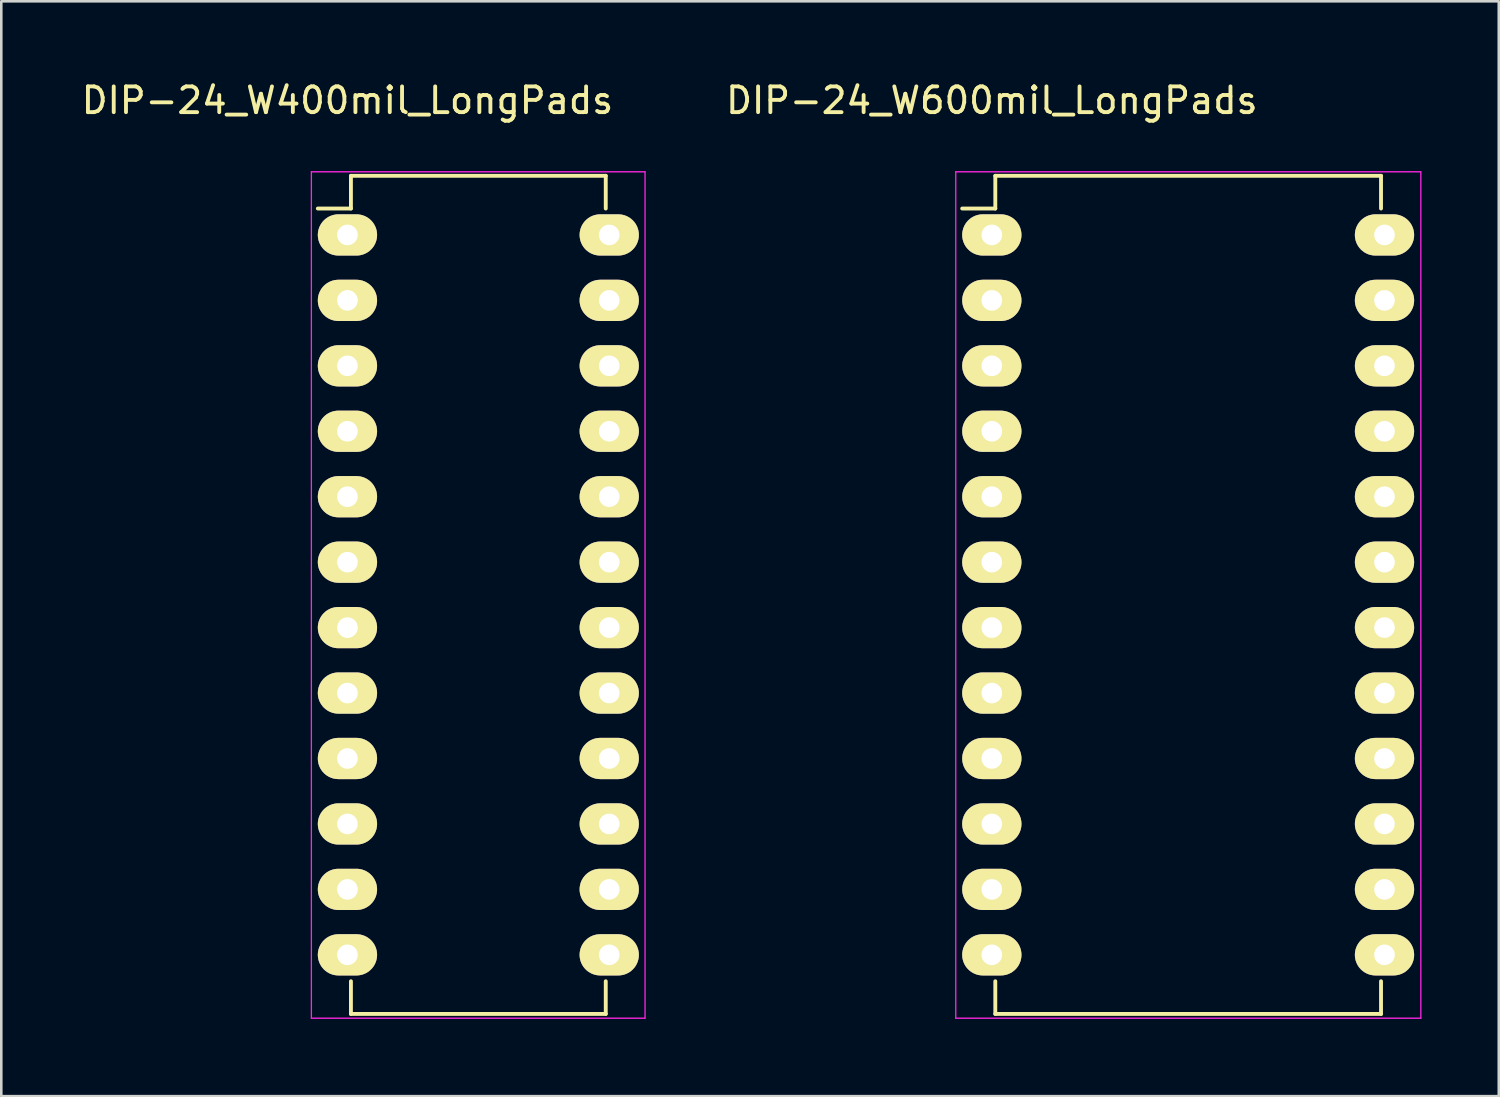
<source format=kicad_pcb>
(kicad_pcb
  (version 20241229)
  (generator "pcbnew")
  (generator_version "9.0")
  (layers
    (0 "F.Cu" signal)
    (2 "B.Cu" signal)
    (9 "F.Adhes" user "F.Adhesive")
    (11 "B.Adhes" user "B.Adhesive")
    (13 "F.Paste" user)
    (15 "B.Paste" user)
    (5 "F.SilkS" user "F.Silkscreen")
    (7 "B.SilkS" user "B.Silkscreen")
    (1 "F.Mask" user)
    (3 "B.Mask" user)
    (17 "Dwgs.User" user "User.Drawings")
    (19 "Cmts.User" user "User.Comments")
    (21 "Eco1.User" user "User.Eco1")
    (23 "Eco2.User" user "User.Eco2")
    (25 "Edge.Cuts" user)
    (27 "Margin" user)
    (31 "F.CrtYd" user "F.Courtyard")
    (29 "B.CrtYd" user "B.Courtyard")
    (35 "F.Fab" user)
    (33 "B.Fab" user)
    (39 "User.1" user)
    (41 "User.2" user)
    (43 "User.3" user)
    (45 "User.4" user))
  (footprint "DIP-24_W400mil_LongPads"
    (layer "F.Cu")
    (at 10.435 6.068)
    (property "Reference" "DIP-24_W400mil_LongPads" (at 0 -5.22 0) (layer "F.SilkS") (effects (font (size 1 1) (thickness 0.15))))
    (attr through_hole)
    (fp_line (start 0.135 -2.295) (end 0.135 -1.025) (stroke (width 0.15) (type solid)) (layer "F.SilkS"))
    (fp_line (start 0.135 -2.295) (end 10.025 -2.295) (stroke (width 0.15) (type solid)) (layer "F.SilkS"))
    (fp_line (start 0.135 -1.025) (end -1.15 -1.025) (stroke (width 0.15) (type solid)) (layer "F.SilkS"))
    (fp_line (start 0.135 30.235) (end 0.135 28.965) (stroke (width 0.15) (type solid)) (layer "F.SilkS"))
    (fp_line (start 0.135 30.235) (end 10.025 30.235) (stroke (width 0.15) (type solid)) (layer "F.SilkS"))
    (fp_line (start 10.025 -2.295) (end 10.025 -1.025) (stroke (width 0.15) (type solid)) (layer "F.SilkS"))
    (fp_line (start 10.025 30.235) (end 10.025 28.965) (stroke (width 0.15) (type solid)) (layer "F.SilkS"))
    (fp_line (start -1.4 -2.45) (end -1.4 30.4) (stroke (width 0.05) (type solid)) (layer "F.CrtYd"))
    (fp_line (start -1.4 -2.45) (end 11.55 -2.45) (stroke (width 0.05) (type solid)) (layer "F.CrtYd"))
    (fp_line (start -1.4 30.4) (end 11.55 30.4) (stroke (width 0.05) (type solid)) (layer "F.CrtYd"))
    (fp_line (start 11.55 -2.45) (end 11.55 30.4) (stroke (width 0.05) (type solid)) (layer "F.CrtYd"))
    (pad "1" thru_hole oval (at 0 0) (size 2.3 1.6) (drill 0.8) (layers "*.Cu" "*.Mask" "F.SilkS"))
    (pad "2" thru_hole oval (at 0 2.54) (size 2.3 1.6) (drill 0.8) (layers "*.Cu" "*.Mask" "F.SilkS"))
    (pad "3" thru_hole oval (at 0 5.08) (size 2.3 1.6) (drill 0.8) (layers "*.Cu" "*.Mask" "F.SilkS"))
    (pad "4" thru_hole oval (at 0 7.62) (size 2.3 1.6) (drill 0.8) (layers "*.Cu" "*.Mask" "F.SilkS"))
    (pad "5" thru_hole oval (at 0 10.16) (size 2.3 1.6) (drill 0.8) (layers "*.Cu" "*.Mask" "F.SilkS"))
    (pad "6" thru_hole oval (at 0 12.7) (size 2.3 1.6) (drill 0.8) (layers "*.Cu" "*.Mask" "F.SilkS"))
    (pad "7" thru_hole oval (at 0 15.24) (size 2.3 1.6) (drill 0.8) (layers "*.Cu" "*.Mask" "F.SilkS"))
    (pad "8" thru_hole oval (at 0 17.78) (size 2.3 1.6) (drill 0.8) (layers "*.Cu" "*.Mask" "F.SilkS"))
    (pad "9" thru_hole oval (at 0 20.32) (size 2.3 1.6) (drill 0.8) (layers "*.Cu" "*.Mask" "F.SilkS"))
    (pad "10" thru_hole oval (at 0 22.86) (size 2.3 1.6) (drill 0.8) (layers "*.Cu" "*.Mask" "F.SilkS"))
    (pad "11" thru_hole oval (at 0 25.4) (size 2.3 1.6) (drill 0.8) (layers "*.Cu" "*.Mask" "F.SilkS"))
    (pad "12" thru_hole oval (at 0 27.94) (size 2.3 1.6) (drill 0.8) (layers "*.Cu" "*.Mask" "F.SilkS"))
    (pad "13" thru_hole oval (at 10.16 27.94) (size 2.3 1.6) (drill 0.8) (layers "*.Cu" "*.Mask" "F.SilkS"))
    (pad "14" thru_hole oval (at 10.16 25.4) (size 2.3 1.6) (drill 0.8) (layers "*.Cu" "*.Mask" "F.SilkS"))
    (pad "15" thru_hole oval (at 10.16 22.86) (size 2.3 1.6) (drill 0.8) (layers "*.Cu" "*.Mask" "F.SilkS"))
    (pad "16" thru_hole oval (at 10.16 20.32) (size 2.3 1.6) (drill 0.8) (layers "*.Cu" "*.Mask" "F.SilkS"))
    (pad "17" thru_hole oval (at 10.16 17.78) (size 2.3 1.6) (drill 0.8) (layers "*.Cu" "*.Mask" "F.SilkS"))
    (pad "18" thru_hole oval (at 10.16 15.24) (size 2.3 1.6) (drill 0.8) (layers "*.Cu" "*.Mask" "F.SilkS"))
    (pad "19" thru_hole oval (at 10.16 12.7) (size 2.3 1.6) (drill 0.8) (layers "*.Cu" "*.Mask" "F.SilkS"))
    (pad "20" thru_hole oval (at 10.16 10.16) (size 2.3 1.6) (drill 0.8) (layers "*.Cu" "*.Mask" "F.SilkS"))
    (pad "21" thru_hole oval (at 10.16 7.62) (size 2.3 1.6) (drill 0.8) (layers "*.Cu" "*.Mask" "F.SilkS"))
    (pad "22" thru_hole oval (at 10.16 5.08) (size 2.3 1.6) (drill 0.8) (layers "*.Cu" "*.Mask" "F.SilkS"))
    (pad "23" thru_hole oval (at 10.16 2.54) (size 2.3 1.6) (drill 0.8) (layers "*.Cu" "*.Mask" "F.SilkS"))
    (pad "24" thru_hole oval (at 10.16 0) (size 2.3 1.6) (drill 0.8) (layers "*.Cu" "*.Mask" "F.SilkS")))
  (footprint "DIP-24_W600mil_LongPads"
    (layer "F.Cu")
    (at 35.444 6.068)
    (property "Reference" "DIP-24_W600mil_LongPads" (at 0 -5.22 0) (layer "F.SilkS") (effects (font (size 1 1) (thickness 0.15))))
    (attr through_hole)
    (fp_line (start 0.135 -2.295) (end 0.135 -1.025) (stroke (width 0.15) (type solid)) (layer "F.SilkS"))
    (fp_line (start 0.135 -2.295) (end 15.105 -2.295) (stroke (width 0.15) (type solid)) (layer "F.SilkS"))
    (fp_line (start 0.135 -1.025) (end -1.15 -1.025) (stroke (width 0.15) (type solid)) (layer "F.SilkS"))
    (fp_line (start 0.135 30.235) (end 0.135 28.965) (stroke (width 0.15) (type solid)) (layer "F.SilkS"))
    (fp_line (start 0.135 30.235) (end 15.105 30.235) (stroke (width 0.15) (type solid)) (layer "F.SilkS"))
    (fp_line (start 15.105 -2.295) (end 15.105 -1.025) (stroke (width 0.15) (type solid)) (layer "F.SilkS"))
    (fp_line (start 15.105 30.235) (end 15.105 28.965) (stroke (width 0.15) (type solid)) (layer "F.SilkS"))
    (fp_line (start -1.4 -2.45) (end -1.4 30.4) (stroke (width 0.05) (type solid)) (layer "F.CrtYd"))
    (fp_line (start -1.4 -2.45) (end 16.65 -2.45) (stroke (width 0.05) (type solid)) (layer "F.CrtYd"))
    (fp_line (start -1.4 30.4) (end 16.65 30.4) (stroke (width 0.05) (type solid)) (layer "F.CrtYd"))
    (fp_line (start 16.65 -2.45) (end 16.65 30.4) (stroke (width 0.05) (type solid)) (layer "F.CrtYd"))
    (pad "1" thru_hole oval (at 0 0) (size 2.3 1.6) (drill 0.8) (layers "*.Cu" "*.Mask" "F.SilkS"))
    (pad "2" thru_hole oval (at 0 2.54) (size 2.3 1.6) (drill 0.8) (layers "*.Cu" "*.Mask" "F.SilkS"))
    (pad "3" thru_hole oval (at 0 5.08) (size 2.3 1.6) (drill 0.8) (layers "*.Cu" "*.Mask" "F.SilkS"))
    (pad "4" thru_hole oval (at 0 7.62) (size 2.3 1.6) (drill 0.8) (layers "*.Cu" "*.Mask" "F.SilkS"))
    (pad "5" thru_hole oval (at 0 10.16) (size 2.3 1.6) (drill 0.8) (layers "*.Cu" "*.Mask" "F.SilkS"))
    (pad "6" thru_hole oval (at 0 12.7) (size 2.3 1.6) (drill 0.8) (layers "*.Cu" "*.Mask" "F.SilkS"))
    (pad "7" thru_hole oval (at 0 15.24) (size 2.3 1.6) (drill 0.8) (layers "*.Cu" "*.Mask" "F.SilkS"))
    (pad "8" thru_hole oval (at 0 17.78) (size 2.3 1.6) (drill 0.8) (layers "*.Cu" "*.Mask" "F.SilkS"))
    (pad "9" thru_hole oval (at 0 20.32) (size 2.3 1.6) (drill 0.8) (layers "*.Cu" "*.Mask" "F.SilkS"))
    (pad "10" thru_hole oval (at 0 22.86) (size 2.3 1.6) (drill 0.8) (layers "*.Cu" "*.Mask" "F.SilkS"))
    (pad "11" thru_hole oval (at 0 25.4) (size 2.3 1.6) (drill 0.8) (layers "*.Cu" "*.Mask" "F.SilkS"))
    (pad "12" thru_hole oval (at 0 27.94) (size 2.3 1.6) (drill 0.8) (layers "*.Cu" "*.Mask" "F.SilkS"))
    (pad "13" thru_hole oval (at 15.24 27.94) (size 2.3 1.6) (drill 0.8) (layers "*.Cu" "*.Mask" "F.SilkS"))
    (pad "14" thru_hole oval (at 15.24 25.4) (size 2.3 1.6) (drill 0.8) (layers "*.Cu" "*.Mask" "F.SilkS"))
    (pad "15" thru_hole oval (at 15.24 22.86) (size 2.3 1.6) (drill 0.8) (layers "*.Cu" "*.Mask" "F.SilkS"))
    (pad "16" thru_hole oval (at 15.24 20.32) (size 2.3 1.6) (drill 0.8) (layers "*.Cu" "*.Mask" "F.SilkS"))
    (pad "17" thru_hole oval (at 15.24 17.78) (size 2.3 1.6) (drill 0.8) (layers "*.Cu" "*.Mask" "F.SilkS"))
    (pad "18" thru_hole oval (at 15.24 15.24) (size 2.3 1.6) (drill 0.8) (layers "*.Cu" "*.Mask" "F.SilkS"))
    (pad "19" thru_hole oval (at 15.24 12.7) (size 2.3 1.6) (drill 0.8) (layers "*.Cu" "*.Mask" "F.SilkS"))
    (pad "20" thru_hole oval (at 15.24 10.16) (size 2.3 1.6) (drill 0.8) (layers "*.Cu" "*.Mask" "F.SilkS"))
    (pad "21" thru_hole oval (at 15.24 7.62) (size 2.3 1.6) (drill 0.8) (layers "*.Cu" "*.Mask" "F.SilkS"))
    (pad "22" thru_hole oval (at 15.24 5.08) (size 2.3 1.6) (drill 0.8) (layers "*.Cu" "*.Mask" "F.SilkS"))
    (pad "23" thru_hole oval (at 15.24 2.54) (size 2.3 1.6) (drill 0.8) (layers "*.Cu" "*.Mask" "F.SilkS"))
    (pad "24" thru_hole oval (at 15.24 0) (size 2.3 1.6) (drill 0.8) (layers "*.Cu" "*.Mask" "F.SilkS")))
  (gr_rect
    (start -3 -3)
    (end 55.119 39.493)
    (stroke (width 0.1) (type default))
    (fill no)
    (layer "Edge.Cuts")))
</source>
